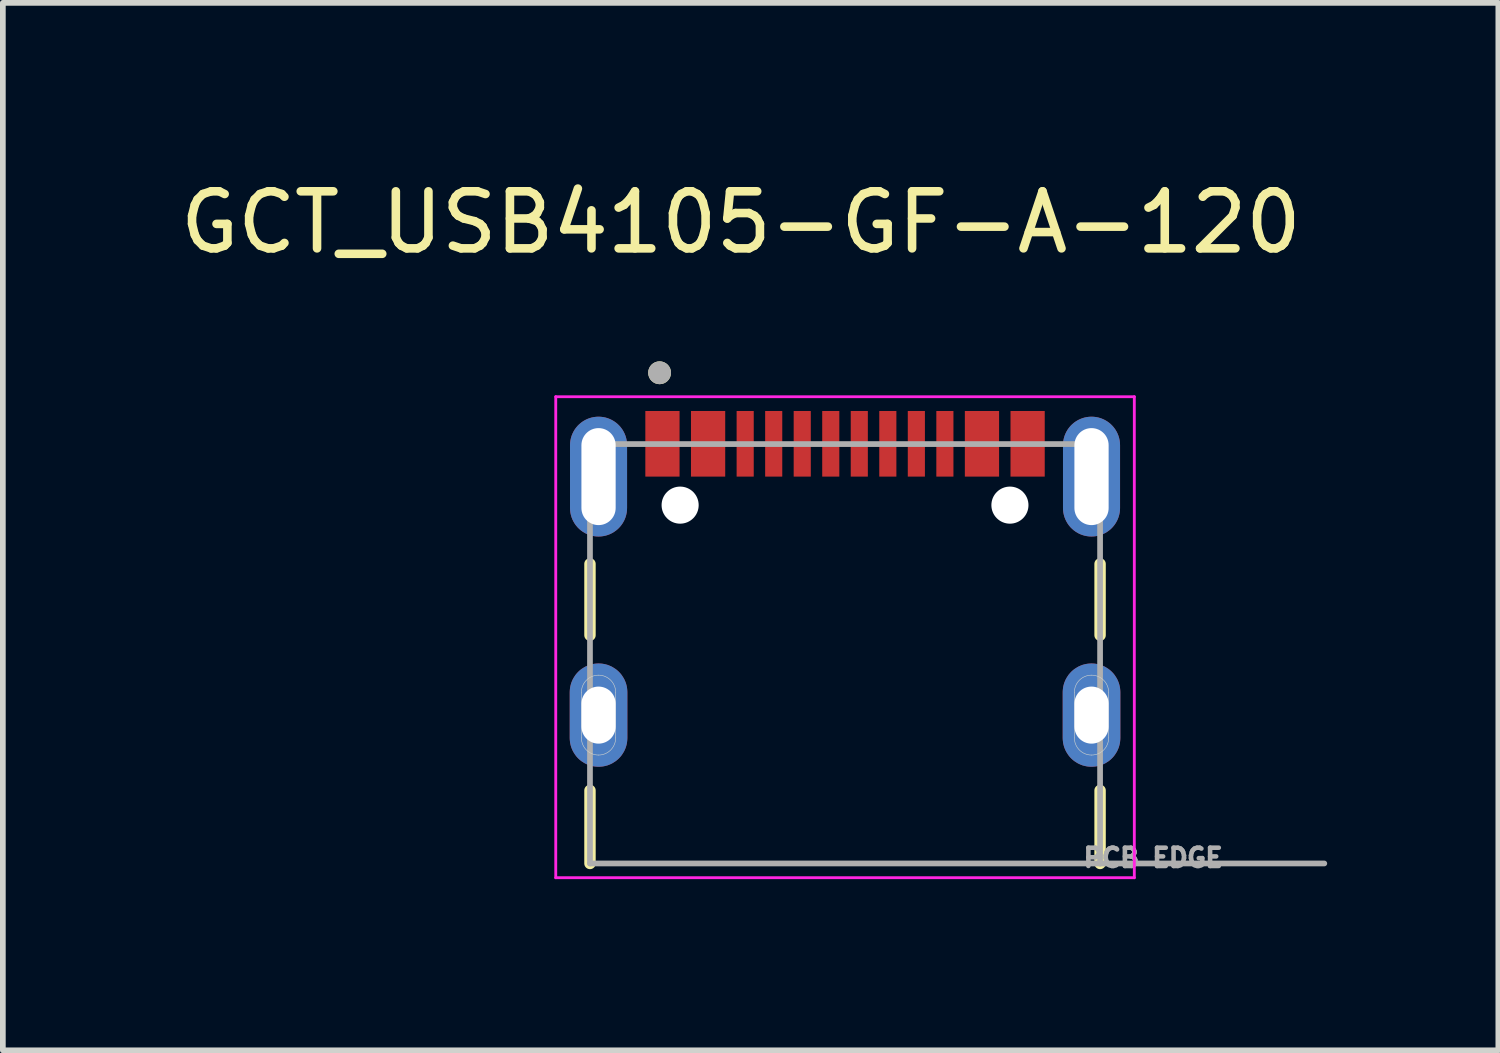
<source format=kicad_pcb>
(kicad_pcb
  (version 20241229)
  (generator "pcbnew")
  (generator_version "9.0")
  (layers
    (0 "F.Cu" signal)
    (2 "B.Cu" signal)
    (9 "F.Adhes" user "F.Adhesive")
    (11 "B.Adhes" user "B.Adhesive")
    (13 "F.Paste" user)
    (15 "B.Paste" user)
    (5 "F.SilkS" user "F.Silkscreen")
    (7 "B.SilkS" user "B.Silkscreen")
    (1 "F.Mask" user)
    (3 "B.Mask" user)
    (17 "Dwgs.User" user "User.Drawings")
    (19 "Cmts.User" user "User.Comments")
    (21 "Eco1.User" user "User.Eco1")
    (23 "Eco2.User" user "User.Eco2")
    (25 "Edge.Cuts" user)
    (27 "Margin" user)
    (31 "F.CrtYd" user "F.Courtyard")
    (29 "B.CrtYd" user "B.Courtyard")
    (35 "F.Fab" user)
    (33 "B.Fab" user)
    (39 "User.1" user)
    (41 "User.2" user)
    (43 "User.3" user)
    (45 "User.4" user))
  (footprint "GCT_USB4105-GF-A-120"
    (layer "F.Cu")
    (at 11.76 9.483)
    (property "Reference" "GCT_USB4105-GF-A-120" (at -1.825 -8.635 0) (layer "F.SilkS") (effects (font (size 1 1) (thickness 0.15))))
    (attr smd)
    (fp_poly (pts (xy -4.92 0) (xy -4.92 -0.4) (xy -4.919 -0.431) (xy -4.917 -0.463) (xy -4.913 -0.494) (xy -4.907 -0.525) (xy -4.9 -0.555) (xy -4.891 -0.585) (xy -4.88 -0.615) (xy -4.868 -0.644) (xy -4.855 -0.672) (xy -4.84 -0.7) (xy -4.823 -0.727) (xy -4.805 -0.753) (xy -4.786 -0.778) (xy -4.766 -0.801) (xy -4.744 -0.824) (xy -4.721 -0.846) (xy -4.698 -0.866) (xy -4.673 -0.885) (xy -4.647 -0.903) (xy -4.62 -0.92) (xy -4.592 -0.935) (xy -4.564 -0.948) (xy -4.535 -0.96) (xy -4.505 -0.971) (xy -4.475 -0.98) (xy -4.445 -0.987) (xy -4.414 -0.993) (xy -4.383 -0.997) (xy -4.351 -0.999) (xy -4.32 -1) (xy -4.289 -0.999) (xy -4.257 -0.997) (xy -4.226 -0.993) (xy -4.195 -0.987) (xy -4.165 -0.98) (xy -4.135 -0.971) (xy -4.105 -0.96) (xy -4.076 -0.948) (xy -4.048 -0.935) (xy -4.02 -0.92) (xy -3.993 -0.903) (xy -3.967 -0.885) (xy -3.942 -0.866) (xy -3.919 -0.846) (xy -3.896 -0.824) (xy -3.874 -0.801) (xy -3.854 -0.778) (xy -3.835 -0.753) (xy -3.817 -0.727) (xy -3.8 -0.7) (xy -3.785 -0.672) (xy -3.772 -0.644) (xy -3.76 -0.615) (xy -3.749 -0.585) (xy -3.74 -0.555) (xy -3.733 -0.525) (xy -3.727 -0.494) (xy -3.723 -0.463) (xy -3.721 -0.431) (xy -3.72 -0.4) (xy -3.72 0) (xy -3.72 0.4) (xy -3.721 0.431) (xy -3.723 0.463) (xy -3.727 0.494) (xy -3.733 0.525) (xy -3.74 0.555) (xy -3.749 0.585) (xy -3.76 0.615) (xy -3.772 0.644) (xy -3.785 0.672) (xy -3.8 0.7) (xy -3.817 0.727) (xy -3.835 0.753) (xy -3.854 0.778) (xy -3.874 0.801) (xy -3.896 0.824) (xy -3.919 0.846) (xy -3.942 0.866) (xy -3.967 0.885) (xy -3.993 0.903) (xy -4.02 0.92) (xy -4.048 0.935) (xy -4.076 0.948) (xy -4.105 0.96) (xy -4.135 0.971) (xy -4.165 0.98) (xy -4.195 0.987) (xy -4.226 0.993) (xy -4.257 0.997) (xy -4.289 0.999) (xy -4.32 1) (xy -4.351 0.999) (xy -4.383 0.997) (xy -4.414 0.993) (xy -4.445 0.987) (xy -4.475 0.98) (xy -4.505 0.971) (xy -4.535 0.96) (xy -4.564 0.948) (xy -4.592 0.935) (xy -4.62 0.92) (xy -4.647 0.903) (xy -4.673 0.885) (xy -4.698 0.866) (xy -4.721 0.846) (xy -4.744 0.824) (xy -4.766 0.801) (xy -4.786 0.778) (xy -4.805 0.753) (xy -4.823 0.727) (xy -4.84 0.7) (xy -4.855 0.672) (xy -4.868 0.644) (xy -4.88 0.615) (xy -4.891 0.585) (xy -4.9 0.555) (xy -4.907 0.525) (xy -4.913 0.494) (xy -4.917 0.463) (xy -4.919 0.431) (xy -4.92 0.4) (xy -4.92 0)) (stroke (width 0.01) (type solid)) (fill yes) (layer "F.Mask"))
    (fp_poly (pts (xy 3.72 0) (xy 3.72 -0.4) (xy 3.721 -0.431) (xy 3.723 -0.463) (xy 3.727 -0.494) (xy 3.733 -0.525) (xy 3.74 -0.555) (xy 3.749 -0.585) (xy 3.76 -0.615) (xy 3.772 -0.644) (xy 3.785 -0.672) (xy 3.8 -0.7) (xy 3.817 -0.727) (xy 3.835 -0.753) (xy 3.854 -0.778) (xy 3.874 -0.801) (xy 3.896 -0.824) (xy 3.919 -0.846) (xy 3.942 -0.866) (xy 3.967 -0.885) (xy 3.993 -0.903) (xy 4.02 -0.92) (xy 4.048 -0.935) (xy 4.076 -0.948) (xy 4.105 -0.96) (xy 4.135 -0.971) (xy 4.165 -0.98) (xy 4.195 -0.987) (xy 4.226 -0.993) (xy 4.257 -0.997) (xy 4.289 -0.999) (xy 4.32 -1) (xy 4.351 -0.999) (xy 4.383 -0.997) (xy 4.414 -0.993) (xy 4.445 -0.987) (xy 4.475 -0.98) (xy 4.505 -0.971) (xy 4.535 -0.96) (xy 4.564 -0.948) (xy 4.592 -0.935) (xy 4.62 -0.92) (xy 4.647 -0.903) (xy 4.673 -0.885) (xy 4.698 -0.866) (xy 4.721 -0.846) (xy 4.744 -0.824) (xy 4.766 -0.801) (xy 4.786 -0.778) (xy 4.805 -0.753) (xy 4.823 -0.727) (xy 4.84 -0.7) (xy 4.855 -0.672) (xy 4.868 -0.644) (xy 4.88 -0.615) (xy 4.891 -0.585) (xy 4.9 -0.555) (xy 4.907 -0.525) (xy 4.913 -0.494) (xy 4.917 -0.463) (xy 4.919 -0.431) (xy 4.92 -0.4) (xy 4.92 0) (xy 4.92 0.4) (xy 4.919 0.431) (xy 4.917 0.463) (xy 4.913 0.494) (xy 4.907 0.525) (xy 4.9 0.555) (xy 4.891 0.585) (xy 4.88 0.615) (xy 4.868 0.644) (xy 4.855 0.672) (xy 4.84 0.7) (xy 4.823 0.727) (xy 4.805 0.753) (xy 4.786 0.778) (xy 4.766 0.801) (xy 4.744 0.824) (xy 4.721 0.846) (xy 4.698 0.866) (xy 4.673 0.885) (xy 4.647 0.903) (xy 4.62 0.92) (xy 4.592 0.935) (xy 4.564 0.948) (xy 4.535 0.96) (xy 4.505 0.971) (xy 4.475 0.98) (xy 4.445 0.987) (xy 4.414 0.993) (xy 4.383 0.997) (xy 4.351 0.999) (xy 4.32 1) (xy 4.289 0.999) (xy 4.257 0.997) (xy 4.226 0.993) (xy 4.195 0.987) (xy 4.165 0.98) (xy 4.135 0.971) (xy 4.105 0.96) (xy 4.076 0.948) (xy 4.048 0.935) (xy 4.02 0.92) (xy 3.993 0.903) (xy 3.967 0.885) (xy 3.942 0.866) (xy 3.919 0.846) (xy 3.896 0.824) (xy 3.874 0.801) (xy 3.854 0.778) (xy 3.835 0.753) (xy 3.817 0.727) (xy 3.8 0.7) (xy 3.785 0.672) (xy 3.772 0.644) (xy 3.76 0.615) (xy 3.749 0.585) (xy 3.74 0.555) (xy 3.733 0.525) (xy 3.727 0.494) (xy 3.723 0.463) (xy 3.721 0.431) (xy 3.72 0.4) (xy 3.72 0)) (stroke (width 0.01) (type solid)) (fill yes) (layer "F.Mask"))
    (fp_poly (pts (xy -4.92 0) (xy -4.92 -0.4) (xy -4.919 -0.431) (xy -4.917 -0.463) (xy -4.913 -0.494) (xy -4.907 -0.525) (xy -4.9 -0.555) (xy -4.891 -0.585) (xy -4.88 -0.615) (xy -4.868 -0.644) (xy -4.855 -0.672) (xy -4.84 -0.7) (xy -4.823 -0.727) (xy -4.805 -0.753) (xy -4.786 -0.778) (xy -4.766 -0.801) (xy -4.744 -0.824) (xy -4.721 -0.846) (xy -4.698 -0.866) (xy -4.673 -0.885) (xy -4.647 -0.903) (xy -4.62 -0.92) (xy -4.592 -0.935) (xy -4.564 -0.948) (xy -4.535 -0.96) (xy -4.505 -0.971) (xy -4.475 -0.98) (xy -4.445 -0.987) (xy -4.414 -0.993) (xy -4.383 -0.997) (xy -4.351 -0.999) (xy -4.32 -1) (xy -4.289 -0.999) (xy -4.257 -0.997) (xy -4.226 -0.993) (xy -4.195 -0.987) (xy -4.165 -0.98) (xy -4.135 -0.971) (xy -4.105 -0.96) (xy -4.076 -0.948) (xy -4.048 -0.935) (xy -4.02 -0.92) (xy -3.993 -0.903) (xy -3.967 -0.885) (xy -3.942 -0.866) (xy -3.919 -0.846) (xy -3.896 -0.824) (xy -3.874 -0.801) (xy -3.854 -0.778) (xy -3.835 -0.753) (xy -3.817 -0.727) (xy -3.8 -0.7) (xy -3.785 -0.672) (xy -3.772 -0.644) (xy -3.76 -0.615) (xy -3.749 -0.585) (xy -3.74 -0.555) (xy -3.733 -0.525) (xy -3.727 -0.494) (xy -3.723 -0.463) (xy -3.721 -0.431) (xy -3.72 -0.4) (xy -3.72 0) (xy -3.72 0.4) (xy -3.721 0.431) (xy -3.723 0.463) (xy -3.727 0.494) (xy -3.733 0.525) (xy -3.74 0.555) (xy -3.749 0.585) (xy -3.76 0.615) (xy -3.772 0.644) (xy -3.785 0.672) (xy -3.8 0.7) (xy -3.817 0.727) (xy -3.835 0.753) (xy -3.854 0.778) (xy -3.874 0.801) (xy -3.896 0.824) (xy -3.919 0.846) (xy -3.942 0.866) (xy -3.967 0.885) (xy -3.993 0.903) (xy -4.02 0.92) (xy -4.048 0.935) (xy -4.076 0.948) (xy -4.105 0.96) (xy -4.135 0.971) (xy -4.165 0.98) (xy -4.195 0.987) (xy -4.226 0.993) (xy -4.257 0.997) (xy -4.289 0.999) (xy -4.32 1) (xy -4.351 0.999) (xy -4.383 0.997) (xy -4.414 0.993) (xy -4.445 0.987) (xy -4.475 0.98) (xy -4.505 0.971) (xy -4.535 0.96) (xy -4.564 0.948) (xy -4.592 0.935) (xy -4.62 0.92) (xy -4.647 0.903) (xy -4.673 0.885) (xy -4.698 0.866) (xy -4.721 0.846) (xy -4.744 0.824) (xy -4.766 0.801) (xy -4.786 0.778) (xy -4.805 0.753) (xy -4.823 0.727) (xy -4.84 0.7) (xy -4.855 0.672) (xy -4.868 0.644) (xy -4.88 0.615) (xy -4.891 0.585) (xy -4.9 0.555) (xy -4.907 0.525) (xy -4.913 0.494) (xy -4.917 0.463) (xy -4.919 0.431) (xy -4.92 0.4) (xy -4.92 0)) (stroke (width 0.01) (type solid)) (fill yes) (layer "B.Mask"))
    (fp_poly (pts (xy 3.72 0) (xy 3.72 -0.4) (xy 3.721 -0.431) (xy 3.723 -0.463) (xy 3.727 -0.494) (xy 3.733 -0.525) (xy 3.74 -0.555) (xy 3.749 -0.585) (xy 3.76 -0.615) (xy 3.772 -0.644) (xy 3.785 -0.672) (xy 3.8 -0.7) (xy 3.817 -0.727) (xy 3.835 -0.753) (xy 3.854 -0.778) (xy 3.874 -0.801) (xy 3.896 -0.824) (xy 3.919 -0.846) (xy 3.942 -0.866) (xy 3.967 -0.885) (xy 3.993 -0.903) (xy 4.02 -0.92) (xy 4.048 -0.935) (xy 4.076 -0.948) (xy 4.105 -0.96) (xy 4.135 -0.971) (xy 4.165 -0.98) (xy 4.195 -0.987) (xy 4.226 -0.993) (xy 4.257 -0.997) (xy 4.289 -0.999) (xy 4.32 -1) (xy 4.351 -0.999) (xy 4.383 -0.997) (xy 4.414 -0.993) (xy 4.445 -0.987) (xy 4.475 -0.98) (xy 4.505 -0.971) (xy 4.535 -0.96) (xy 4.564 -0.948) (xy 4.592 -0.935) (xy 4.62 -0.92) (xy 4.647 -0.903) (xy 4.673 -0.885) (xy 4.698 -0.866) (xy 4.721 -0.846) (xy 4.744 -0.824) (xy 4.766 -0.801) (xy 4.786 -0.778) (xy 4.805 -0.753) (xy 4.823 -0.727) (xy 4.84 -0.7) (xy 4.855 -0.672) (xy 4.868 -0.644) (xy 4.88 -0.615) (xy 4.891 -0.585) (xy 4.9 -0.555) (xy 4.907 -0.525) (xy 4.913 -0.494) (xy 4.917 -0.463) (xy 4.919 -0.431) (xy 4.92 -0.4) (xy 4.92 0) (xy 4.92 0.4) (xy 4.919 0.431) (xy 4.917 0.463) (xy 4.913 0.494) (xy 4.907 0.525) (xy 4.9 0.555) (xy 4.891 0.585) (xy 4.88 0.615) (xy 4.868 0.644) (xy 4.855 0.672) (xy 4.84 0.7) (xy 4.823 0.727) (xy 4.805 0.753) (xy 4.786 0.778) (xy 4.766 0.801) (xy 4.744 0.824) (xy 4.721 0.846) (xy 4.698 0.866) (xy 4.673 0.885) (xy 4.647 0.903) (xy 4.62 0.92) (xy 4.592 0.935) (xy 4.564 0.948) (xy 4.535 0.96) (xy 4.505 0.971) (xy 4.475 0.98) (xy 4.445 0.987) (xy 4.414 0.993) (xy 4.383 0.997) (xy 4.351 0.999) (xy 4.32 1) (xy 4.289 0.999) (xy 4.257 0.997) (xy 4.226 0.993) (xy 4.195 0.987) (xy 4.165 0.98) (xy 4.135 0.971) (xy 4.105 0.96) (xy 4.076 0.948) (xy 4.048 0.935) (xy 4.02 0.92) (xy 3.993 0.903) (xy 3.967 0.885) (xy 3.942 0.866) (xy 3.919 0.846) (xy 3.896 0.824) (xy 3.874 0.801) (xy 3.854 0.778) (xy 3.835 0.753) (xy 3.817 0.727) (xy 3.8 0.7) (xy 3.785 0.672) (xy 3.772 0.644) (xy 3.76 0.615) (xy 3.749 0.585) (xy 3.74 0.555) (xy 3.733 0.525) (xy 3.727 0.494) (xy 3.723 0.463) (xy 3.721 0.431) (xy 3.72 0.4) (xy 3.72 0)) (stroke (width 0.01) (type solid)) (fill yes) (layer "B.Mask"))
    (fp_line (start -4.47 -2.65) (end -4.47 -1.4) (stroke (width 0.2) (type solid)) (layer "F.SilkS"))
    (fp_line (start -4.47 1.32) (end -4.47 2.6) (stroke (width 0.2) (type solid)) (layer "F.SilkS"))
    (fp_line (start 4.47 -2.65) (end 4.47 -1.4) (stroke (width 0.2) (type solid)) (layer "F.SilkS"))
    (fp_line (start 4.47 2.6) (end 4.47 1.32) (stroke (width 0.2) (type solid)) (layer "F.SilkS"))
    (fp_circle (center -3.25 -6) (end -3.15 -6) (stroke (width 0.2) (type solid)) (fill no) (layer "F.SilkS"))
    (fp_line (start -4.62 0.4) (end -4.62 -0.4) (stroke (width 0.01) (type solid)) (layer "Edge.Cuts"))
    (fp_line (start -4.02 -0.4) (end -4.02 0.4) (stroke (width 0.01) (type solid)) (layer "Edge.Cuts"))
    (fp_line (start 4.02 0.4) (end 4.02 -0.4) (stroke (width 0.01) (type solid)) (layer "Edge.Cuts"))
    (fp_line (start 4.62 -0.4) (end 4.62 0.4) (stroke (width 0.01) (type solid)) (layer "Edge.Cuts"))
    (fp_arc (start -4.62 -0.4) (mid -4.532132 -0.612132) (end -4.32 -0.7) (stroke (width 0.01) (type solid)) (layer "Edge.Cuts"))
    (fp_arc (start -4.32 -0.7) (mid -4.107868 -0.612132) (end -4.02 -0.4) (stroke (width 0.01) (type solid)) (layer "Edge.Cuts"))
    (fp_arc (start -4.32 0.7) (mid -4.532132 0.612132) (end -4.62 0.4) (stroke (width 0.01) (type solid)) (layer "Edge.Cuts"))
    (fp_arc (start -4.02 0.4) (mid -4.107868 0.612132) (end -4.32 0.7) (stroke (width 0.01) (type solid)) (layer "Edge.Cuts"))
    (fp_arc (start 4.02 -0.4) (mid 4.107868 -0.612132) (end 4.32 -0.7) (stroke (width 0.01) (type solid)) (layer "Edge.Cuts"))
    (fp_arc (start 4.32 -0.7) (mid 4.532132 -0.612132) (end 4.62 -0.4) (stroke (width 0.01) (type solid)) (layer "Edge.Cuts"))
    (fp_arc (start 4.32 0.7) (mid 4.107868 0.612132) (end 4.02 0.4) (stroke (width 0.01) (type solid)) (layer "Edge.Cuts"))
    (fp_arc (start 4.62 0.4) (mid 4.532132 0.612132) (end 4.32 0.7) (stroke (width 0.01) (type solid)) (layer "Edge.Cuts"))
    (fp_line (start -5.07 -5.58) (end -5.07 2.85) (stroke (width 0.05) (type solid)) (layer "F.CrtYd"))
    (fp_line (start -5.07 2.85) (end 5.07 2.85) (stroke (width 0.05) (type solid)) (layer "F.CrtYd"))
    (fp_line (start 5.07 -5.58) (end -5.07 -5.58) (stroke (width 0.05) (type solid)) (layer "F.CrtYd"))
    (fp_line (start 5.07 2.85) (end 5.07 -5.58) (stroke (width 0.05) (type solid)) (layer "F.CrtYd"))
    (fp_line (start -4.47 -4.75) (end 4.47 -4.75) (stroke (width 0.1) (type solid)) (layer "F.Fab"))
    (fp_line (start -4.47 2.6) (end -4.47 -4.75) (stroke (width 0.1) (type solid)) (layer "F.Fab"))
    (fp_line (start 4.47 -4.75) (end 4.47 2.6) (stroke (width 0.1) (type solid)) (layer "F.Fab"))
    (fp_line (start 4.47 2.6) (end -4.47 2.6) (stroke (width 0.1) (type solid)) (layer "F.Fab"))
    (fp_line (start 4.47 2.6) (end 8.4 2.6) (stroke (width 0.1) (type solid)) (layer "F.Fab"))
    (fp_circle (center -3.25 -6) (end -3.15 -6) (stroke (width 0.2) (type solid)) (fill no) (layer "F.Fab"))
    (fp_text user "PCB EDGE" (at 5.4 2.5 0) (layer "F.Fab") (effects (font (size 0.32 0.32) (thickness 0.15))))
    (pad "" np_thru_hole circle (at -2.89 -3.68) (size 0.65 0.65) (drill 0.65) (layers "*.Cu" "*.Mask"))
    (pad "" np_thru_hole circle (at 2.89 -3.68) (size 0.65 0.65) (drill 0.65) (layers "*.Cu" "*.Mask"))
    (pad "A1_B12" smd rect (at -3.2 -4.755) (size 0.6 1.15) (layers "F.Cu" "F.Mask" "F.Paste"))
    (pad "A4_B9" smd rect (at -2.4 -4.755) (size 0.6 1.15) (layers "F.Cu" "F.Mask" "F.Paste"))
    (pad "A5" smd rect (at -1.25 -4.755) (size 0.3 1.15) (layers "F.Cu" "F.Mask" "F.Paste"))
    (pad "A6" smd rect (at -0.25 -4.755) (size 0.3 1.15) (layers "F.Cu" "F.Mask" "F.Paste"))
    (pad "A7" smd rect (at 0.25 -4.755) (size 0.3 1.15) (layers "F.Cu" "F.Mask" "F.Paste"))
    (pad "A8" smd rect (at 1.25 -4.755) (size 0.3 1.15) (layers "F.Cu" "F.Mask" "F.Paste"))
    (pad "B1_A12" smd rect (at 3.2 -4.755) (size 0.6 1.15) (layers "F.Cu" "F.Mask" "F.Paste"))
    (pad "B4_A9" smd rect (at 2.4 -4.755) (size 0.6 1.15) (layers "F.Cu" "F.Mask" "F.Paste"))
    (pad "B5" smd rect (at 1.75 -4.755) (size 0.3 1.15) (layers "F.Cu" "F.Mask" "F.Paste"))
    (pad "B6" smd rect (at 0.75 -4.755) (size 0.3 1.15) (layers "F.Cu" "F.Mask" "F.Paste"))
    (pad "B7" smd rect (at -0.75 -4.755) (size 0.3 1.15) (layers "F.Cu" "F.Mask" "F.Paste"))
    (pad "B8" smd rect (at -1.75 -4.755) (size 0.3 1.15) (layers "F.Cu" "F.Mask" "F.Paste"))
    (pad "SH1" thru_hole oval (at -4.32 -4.18) (size 1 2.1) (drill oval 0.6 1.7) (layers "*.Cu" "*.Mask"))
    (pad "SH2" thru_hole oval (at 4.32 -4.18) (size 1 2.1) (drill oval 0.6 1.7) (layers "*.Cu" "*.Mask"))
    (pad "SH3" thru_hole custom (at -4.32 0) (size 1 1) (drill oval 0.6 1.4) (layers "*.Cu") (options (anchor circle)) (primitives (gr_poly (pts (xy -0.5 0) (xy -0.5 -0.4) (xy -0.499 -0.426) (xy -0.497 -0.452) (xy -0.494 -0.478) (xy -0.489 -0.504) (xy -0.483 -0.529) (xy -0.476 -0.555) (xy -0.467 -0.579) (xy -0.457 -0.603) (xy -0.446 -0.627) (xy -0.433 -0.65) (xy -0.419 -0.672) (xy -0.405 -0.694) (xy -0.389 -0.715) (xy -0.372 -0.735) (xy -0.354 -0.754) (xy -0.335 -0.772) (xy -0.315 -0.789) (xy -0.294 -0.805) (xy -0.272 -0.819) (xy -0.25 -0.833) (xy -0.227 -0.846) (xy -0.203 -0.857) (xy -0.179 -0.867) (xy -0.155 -0.876) (xy -0.129 -0.883) (xy -0.104 -0.889) (xy -0.078 -0.894) (xy -0.052 -0.897) (xy -0.026 -0.899) (xy 0 -0.9) (xy 0.026 -0.899) (xy 0.052 -0.897) (xy 0.078 -0.894) (xy 0.104 -0.889) (xy 0.129 -0.883) (xy 0.155 -0.876) (xy 0.179 -0.867) (xy 0.203 -0.857) (xy 0.227 -0.846) (xy 0.25 -0.833) (xy 0.272 -0.819) (xy 0.294 -0.805) (xy 0.315 -0.789) (xy 0.335 -0.772) (xy 0.354 -0.754) (xy 0.372 -0.735) (xy 0.389 -0.715) (xy 0.405 -0.694) (xy 0.419 -0.672) (xy 0.433 -0.65) (xy 0.446 -0.627) (xy 0.457 -0.603) (xy 0.467 -0.579) (xy 0.476 -0.555) (xy 0.483 -0.529) (xy 0.489 -0.504) (xy 0.494 -0.478) (xy 0.497 -0.452) (xy 0.499 -0.426) (xy 0.5 -0.4) (xy 0.5 0) (xy 0.5 0.4) (xy 0.499 0.426) (xy 0.497 0.452) (xy 0.494 0.478) (xy 0.489 0.504) (xy 0.483 0.529) (xy 0.476 0.555) (xy 0.467 0.579) (xy 0.457 0.603) (xy 0.446 0.627) (xy 0.433 0.65) (xy 0.419 0.672) (xy 0.405 0.694) (xy 0.389 0.715) (xy 0.372 0.735) (xy 0.354 0.754) (xy 0.335 0.772) (xy 0.315 0.789) (xy 0.294 0.805) (xy 0.272 0.819) (xy 0.25 0.833) (xy 0.227 0.846) (xy 0.203 0.857) (xy 0.179 0.867) (xy 0.155 0.876) (xy 0.129 0.883) (xy 0.104 0.889) (xy 0.078 0.894) (xy 0.052 0.897) (xy 0.026 0.899) (xy 0 0.9) (xy -0.026 0.899) (xy -0.052 0.897) (xy -0.078 0.894) (xy -0.104 0.889) (xy -0.129 0.883) (xy -0.155 0.876) (xy -0.179 0.867) (xy -0.203 0.857) (xy -0.227 0.846) (xy -0.25 0.833) (xy -0.272 0.819) (xy -0.294 0.805) (xy -0.315 0.789) (xy -0.335 0.772) (xy -0.354 0.754) (xy -0.372 0.735) (xy -0.389 0.715) (xy -0.405 0.694) (xy -0.419 0.672) (xy -0.433 0.65) (xy -0.446 0.627) (xy -0.457 0.603) (xy -0.467 0.579) (xy -0.476 0.555) (xy -0.483 0.529) (xy -0.489 0.504) (xy -0.494 0.478) (xy -0.497 0.452) (xy -0.499 0.426) (xy -0.5 0.4) (xy -0.5 0)) (width 0.01) (fill yes))))
    (pad "SH4" thru_hole custom (at 4.32 0) (size 1 1) (drill oval 0.6 1.4) (layers "*.Cu") (options (anchor circle)) (primitives (gr_poly (pts (xy -0.5 0) (xy -0.5 -0.4) (xy -0.499 -0.426) (xy -0.497 -0.452) (xy -0.494 -0.478) (xy -0.489 -0.504) (xy -0.483 -0.529) (xy -0.476 -0.555) (xy -0.467 -0.579) (xy -0.457 -0.603) (xy -0.446 -0.627) (xy -0.433 -0.65) (xy -0.419 -0.672) (xy -0.405 -0.694) (xy -0.389 -0.715) (xy -0.372 -0.735) (xy -0.354 -0.754) (xy -0.335 -0.772) (xy -0.315 -0.789) (xy -0.294 -0.805) (xy -0.272 -0.819) (xy -0.25 -0.833) (xy -0.227 -0.846) (xy -0.203 -0.857) (xy -0.179 -0.867) (xy -0.155 -0.876) (xy -0.129 -0.883) (xy -0.104 -0.889) (xy -0.078 -0.894) (xy -0.052 -0.897) (xy -0.026 -0.899) (xy 0 -0.9) (xy 0.026 -0.899) (xy 0.052 -0.897) (xy 0.078 -0.894) (xy 0.104 -0.889) (xy 0.129 -0.883) (xy 0.155 -0.876) (xy 0.179 -0.867) (xy 0.203 -0.857) (xy 0.227 -0.846) (xy 0.25 -0.833) (xy 0.272 -0.819) (xy 0.294 -0.805) (xy 0.315 -0.789) (xy 0.335 -0.772) (xy 0.354 -0.754) (xy 0.372 -0.735) (xy 0.389 -0.715) (xy 0.405 -0.694) (xy 0.419 -0.672) (xy 0.433 -0.65) (xy 0.446 -0.627) (xy 0.457 -0.603) (xy 0.467 -0.579) (xy 0.476 -0.555) (xy 0.483 -0.529) (xy 0.489 -0.504) (xy 0.494 -0.478) (xy 0.497 -0.452) (xy 0.499 -0.426) (xy 0.5 -0.4) (xy 0.5 0) (xy 0.5 0.4) (xy 0.499 0.426) (xy 0.497 0.452) (xy 0.494 0.478) (xy 0.489 0.504) (xy 0.483 0.529) (xy 0.476 0.555) (xy 0.467 0.579) (xy 0.457 0.603) (xy 0.446 0.627) (xy 0.433 0.65) (xy 0.419 0.672) (xy 0.405 0.694) (xy 0.389 0.715) (xy 0.372 0.735) (xy 0.354 0.754) (xy 0.335 0.772) (xy 0.315 0.789) (xy 0.294 0.805) (xy 0.272 0.819) (xy 0.25 0.833) (xy 0.227 0.846) (xy 0.203 0.857) (xy 0.179 0.867) (xy 0.155 0.876) (xy 0.129 0.883) (xy 0.104 0.889) (xy 0.078 0.894) (xy 0.052 0.897) (xy 0.026 0.899) (xy 0 0.9) (xy -0.026 0.899) (xy -0.052 0.897) (xy -0.078 0.894) (xy -0.104 0.889) (xy -0.129 0.883) (xy -0.155 0.876) (xy -0.179 0.867) (xy -0.203 0.857) (xy -0.227 0.846) (xy -0.25 0.833) (xy -0.272 0.819) (xy -0.294 0.805) (xy -0.315 0.789) (xy -0.335 0.772) (xy -0.354 0.754) (xy -0.372 0.735) (xy -0.389 0.715) (xy -0.405 0.694) (xy -0.419 0.672) (xy -0.433 0.65) (xy -0.446 0.627) (xy -0.457 0.603) (xy -0.467 0.579) (xy -0.476 0.555) (xy -0.483 0.529) (xy -0.489 0.504) (xy -0.494 0.478) (xy -0.497 0.452) (xy -0.499 0.426) (xy -0.5 0.4) (xy -0.5 0)) (width 0.01) (fill yes)))))
  (gr_rect
    (start -3 -3)
    (end 23.21 15.358)
    (stroke (width 0.1) (type default))
    (fill no)
    (layer "Edge.Cuts")))
</source>
